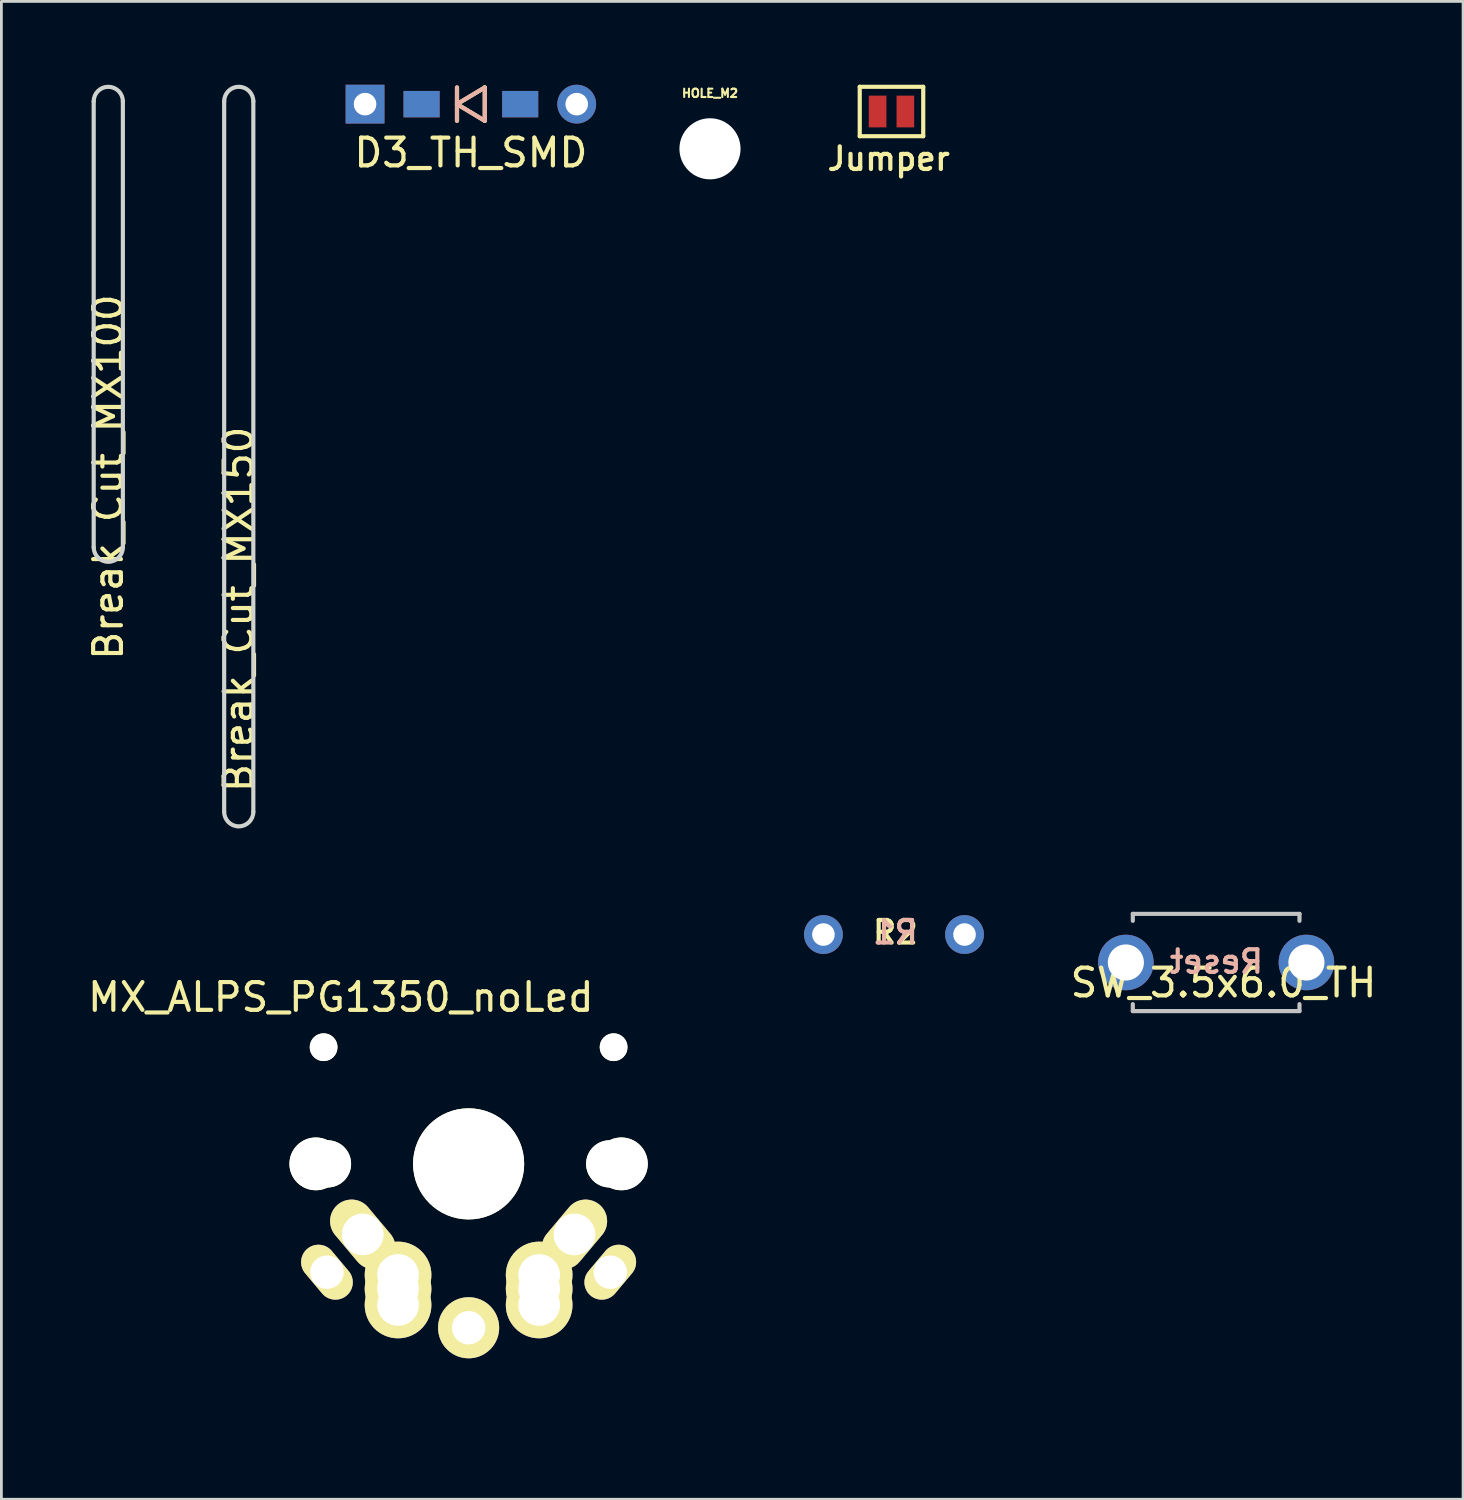
<source format=kicad_pcb>
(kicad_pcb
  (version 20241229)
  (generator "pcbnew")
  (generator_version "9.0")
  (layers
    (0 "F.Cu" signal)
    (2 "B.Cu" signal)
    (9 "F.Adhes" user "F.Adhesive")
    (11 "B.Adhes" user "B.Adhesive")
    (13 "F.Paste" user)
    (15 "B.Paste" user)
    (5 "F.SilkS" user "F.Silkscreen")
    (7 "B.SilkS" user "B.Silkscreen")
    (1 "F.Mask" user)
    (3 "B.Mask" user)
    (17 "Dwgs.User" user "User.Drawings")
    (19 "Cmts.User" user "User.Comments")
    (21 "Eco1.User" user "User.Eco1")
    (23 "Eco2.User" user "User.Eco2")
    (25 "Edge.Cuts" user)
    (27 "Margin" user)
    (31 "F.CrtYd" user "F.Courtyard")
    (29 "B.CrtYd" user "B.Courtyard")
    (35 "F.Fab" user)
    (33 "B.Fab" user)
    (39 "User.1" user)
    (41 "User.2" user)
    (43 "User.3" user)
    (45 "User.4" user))
  (footprint "Break_Cut_MX100"
    (layer "F.Cu")
    (at 0.848 8.625)
    (property "Reference" "Break_Cut_MX100" (at 0 5.5 90) (layer "F.SilkS") (effects (font (size 1 1) (thickness 0.15))))
    (attr through_hole)
    (fp_line (start -0.525 -8.025) (end -0.525 8.025) (stroke (width 0.15) (type solid)) (layer "Edge.Cuts"))
    (fp_line (start 0.525 8.025) (end 0.525 -8.025) (stroke (width 0.15) (type solid)) (layer "Edge.Cuts"))
    (fp_arc (start -0.525 -8.025) (mid 0 -8.55) (end 0.525 -8.025) (stroke (width 0.15) (type solid)) (layer "Edge.Cuts"))
    (fp_arc (start 0.525 8.025) (mid 0 8.55) (end -0.525 8.025) (stroke (width 0.15) (type solid)) (layer "Edge.Cuts")))
  (footprint "R2"
    (layer "F.Cu")
    (at 29.134 30.594)
    (property "Reference" "R2" (at 0.05 -0.08 0) (layer "F.SilkS") (effects (font (size 0.813 0.813) (thickness 0.15))))
    (attr through_hole)
    (fp_text user "R1" (at 0.05 -0.08 0) (layer "B.SilkS") (effects (font (size 0.813 0.813) (thickness 0.15)) (justify mirror)))
    (pad "1" thru_hole circle (at -2.54 0) (size 1.397 1.397) (drill 0.813) (layers "*.Cu" "*.Mask"))
    (pad "2" thru_hole circle (at 2.54 0) (size 1.397 1.397) (drill 0.813) (layers "*.Cu" "*.Mask")))
  (footprint "Jumper"
    (layer "F.Cu")
    (at 29.044 0.964)
    (property "Reference" "Jumper" (at -0.1 1.7 0) (layer "F.SilkS") (effects (font (size 0.813 0.813) (thickness 0.152))))
    (attr smd)
    (fp_line (start -1.143 -0.889) (end 1.143 -0.889) (stroke (width 0.15) (type solid)) (layer "F.SilkS"))
    (fp_line (start -1.143 0.889) (end -1.143 -0.889) (stroke (width 0.15) (type solid)) (layer "F.SilkS"))
    (fp_line (start 1.143 -0.889) (end 1.143 0.889) (stroke (width 0.15) (type solid)) (layer "F.SilkS"))
    (fp_line (start 1.143 0.889) (end -1.143 0.889) (stroke (width 0.15) (type solid)) (layer "F.SilkS"))
    (pad "1" smd rect (at -0.5 0) (size 0.635 1.143) (layers "F.Cu" "F.Mask" "F.Paste"))
    (pad "2" smd rect (at 0.5 0) (size 0.635 1.143) (layers "F.Cu" "F.Mask" "F.Paste")))
  (footprint "MX_ALPS_PG1350_noLed"
    (layer "F.Cu")
    (at 13.82 38.851)
    (property "Reference" "MX_ALPS_PG1350_noLed" (at -4.6 -6.001 180) (layer "F.SilkS") (effects (font (size 1 1) (thickness 0.15))))
    (attr through_hole)
    (fp_line (start -9 -9.001) (end 9 -9.001) (stroke (width 0.15) (type solid)) (layer "Eco2.User"))
    (fp_line (start -9 8.999) (end -9 -9.001) (stroke (width 0.15) (type solid)) (layer "Eco2.User"))
    (fp_line (start -7 -7.001) (end 7 -7.001) (stroke (width 0.15) (type solid)) (layer "Eco2.User"))
    (fp_line (start -7 6.999) (end -7 -7.001) (stroke (width 0.15) (type solid)) (layer "Eco2.User"))
    (fp_line (start 7 -7.001) (end 7 6.999) (stroke (width 0.15) (type solid)) (layer "Eco2.User"))
    (fp_line (start 7 6.999) (end -7 6.999) (stroke (width 0.15) (type solid)) (layer "Eco2.User"))
    (fp_line (start 9 -9.001) (end 9 8.999) (stroke (width 0.15) (type solid)) (layer "Eco2.User"))
    (fp_line (start 9 8.999) (end -9 8.999) (stroke (width 0.15) (type solid)) (layer "Eco2.User"))
    (pad "" np_thru_hole circle (at -5.5 -0.001 270) (size 1.9 1.9) (drill 1.9) (layers "*.Cu" "*.Mask" "F.SilkS"))
    (pad "" np_thru_hole circle (at -5.22 -4.201 180) (size 1 1) (drill 1) (layers "*.Cu" "*.Mask" "F.SilkS"))
    (pad "" np_thru_hole circle (at -5.08 -0.001 180) (size 1.7 1.7) (drill 1.7) (layers "*.Cu" "*.Mask" "F.SilkS"))
    (pad "" np_thru_hole circle (at 0.000468 -0.001 270) (size 4 4) (drill 4) (layers "*.Cu" "*.Mask" "F.SilkS"))
    (pad "" np_thru_hole circle (at 5.08 -0.001 180) (size 1.7 1.7) (drill 1.7) (layers "*.Cu" "*.Mask" "F.SilkS"))
    (pad "" np_thru_hole circle (at 5.22 -4.201 180) (size 1 1) (drill 1) (layers "*.Cu" "*.Mask" "F.SilkS"))
    (pad "" np_thru_hole circle (at 5.5 -0.001 270) (size 1.9 1.9) (drill 1.9) (layers "*.Cu" "*.Mask" "F.SilkS"))
    (pad "1" thru_hole oval (at -5.1 3.899 130) (size 2.2 1.25) (drill 1.2) (layers "*.Cu" "*.Mask" "F.SilkS"))
    (pad "1" thru_hole circle (at 2.54 3.999 180) (size 2.4 2.4) (drill 1.5) (layers "*.Cu" "*.Mask" "F.SilkS"))
    (pad "1" thru_hole circle (at 2.54 4.499 180) (size 2.4 2.4) (drill 1.5) (layers "*.Cu" "*.Mask" "F.SilkS"))
    (pad "1" thru_hole circle (at 2.54 5.079 180) (size 2.4 2.4) (drill 1.5) (layers "*.Cu" "*.Mask" "F.SilkS"))
    (pad "1" thru_hole oval (at 3.81 2.539 230) (size 2.8 1.55) (drill 1.5) (layers "*.Cu" "*.Mask" "F.SilkS"))
    (pad "1" thru_hole oval (at 5.1 3.899 230) (size 2.2 1.25) (drill 1.2) (layers "*.Cu" "*.Mask" "F.SilkS"))
    (pad "2" thru_hole oval (at -3.81 2.539 130) (size 2.8 1.55) (drill 1.5) (layers "*.Cu" "*.Mask" "F.SilkS"))
    (pad "2" thru_hole circle (at -2.54 3.999 180) (size 2.4 2.4) (drill 1.5) (layers "*.Cu" "*.Mask" "F.SilkS"))
    (pad "2" thru_hole circle (at -2.54 4.499 180) (size 2.4 2.4) (drill 1.5) (layers "*.Cu" "*.Mask" "F.SilkS"))
    (pad "2" thru_hole circle (at -2.54 5.079 180) (size 2.4 2.4) (drill 1.5) (layers "*.Cu" "*.Mask" "F.SilkS"))
    (pad "2" thru_hole circle (at 0.000468 5.899 270) (size 2.2 2.2) (drill 1.2) (layers "*.Cu" "*.Mask" "F.SilkS")))
  (footprint "D3_TH_SMD"
    (layer "F.Cu")
    (at 13.902 0.699)
    (property "Reference" "D3_TH_SMD" (at 0 1.75 0) (layer "F.SilkS") (effects (font (size 1 1) (thickness 0.15))))
    (attr through_hole)
    (fp_line (start -0.5 -0.6) (end -0.5 0.6) (stroke (width 0.15) (type solid)) (layer "F.SilkS"))
    (fp_line (start -0.5 0) (end 0.5 -0.6) (stroke (width 0.15) (type solid)) (layer "F.SilkS"))
    (fp_line (start 0.5 -0.6) (end 0.5 0.6) (stroke (width 0.15) (type solid)) (layer "F.SilkS"))
    (fp_line (start 0.5 0.6) (end -0.5 0) (stroke (width 0.15) (type solid)) (layer "F.SilkS"))
    (fp_line (start -0.5 -0.6) (end -0.5 0.6) (stroke (width 0.15) (type solid)) (layer "B.SilkS"))
    (fp_line (start -0.5 0) (end 0.5 -0.6) (stroke (width 0.15) (type solid)) (layer "B.SilkS"))
    (fp_line (start 0.5 -0.6) (end 0.5 0.6) (stroke (width 0.15) (type solid)) (layer "B.SilkS"))
    (fp_line (start 0.5 0.6) (end -0.5 0) (stroke (width 0.15) (type solid)) (layer "B.SilkS"))
    (pad "1" thru_hole rect (at -3.81 0) (size 1.397 1.397) (drill 0.813) (layers "*.Cu" "*.Mask"))
    (pad "1" smd rect (at -1.775 0) (size 1.3 0.95) (layers "F.Cu" "F.Mask" "F.Paste"))
    (pad "1" smd rect (at -1.775 0) (size 1.3 0.95) (layers "B.Cu" "B.Mask" "B.Paste"))
    (pad "2" smd rect (at 1.775 0) (size 1.3 0.95) (layers "F.Cu" "F.Mask" "F.Paste"))
    (pad "2" smd rect (at 1.775 0) (size 1.3 0.95) (layers "B.Cu" "B.Mask" "B.Paste"))
    (pad "2" thru_hole circle (at 3.81 0) (size 1.397 1.397) (drill 0.813) (layers "*.Cu" "*.Mask")))
  (footprint "SW_3.5x6.0_TH"
    (layer "F.Cu")
    (at 40.732 31.6)
    (property "Reference" "SW_3.5x6.0_TH" (at 0.265 0.73 0) (layer "F.SilkS") (effects (font (size 1 1) (thickness 0.15))))
    (attr through_hole)
    (fp_line (start -3 -1.75) (end 3 -1.75) (stroke (width 0.15) (type solid)) (layer "Dwgs.User"))
    (fp_line (start -3 -1.5) (end -3 -1.75) (stroke (width 0.15) (type solid)) (layer "Dwgs.User"))
    (fp_line (start -3 1.75) (end -3 1.5) (stroke (width 0.15) (type solid)) (layer "Dwgs.User"))
    (fp_line (start 3 -1.75) (end 3 -1.5) (stroke (width 0.15) (type solid)) (layer "Dwgs.User"))
    (fp_line (start 3 1.5) (end 3 1.75) (stroke (width 0.15) (type solid)) (layer "Dwgs.User"))
    (fp_line (start 3 1.75) (end -3 1.75) (stroke (width 0.15) (type solid)) (layer "Dwgs.User"))
    (fp_text user "Reset" (at 0.011 -0.032 0) (layer "B.SilkS") (effects (font (size 0.813 0.813) (thickness 0.15)) (justify mirror)))
    (pad "1" thru_hole circle (at 3.25 0) (size 2 2) (drill 1.3) (layers "*.Cu" "*.Mask"))
    (pad "2" thru_hole circle (at -3.25 0) (size 2 2) (drill 1.3) (layers "*.Cu" "*.Mask")))
  (footprint "HOLE_M2"
    (layer "F.Cu")
    (at 22.51 2.307)
    (property "Reference" "HOLE_M2" (at 0 -2 0) (layer "F.SilkS") (effects (font (size 0.3 0.3) (thickness 0.075))))
    (attr through_hole)
    (pad "" np_thru_hole circle (at 0 0) (size 2.2 2.2) (drill 2.2) (layers "*.Cu" "*.Mask")))
  (footprint "Break_Cut_MX150"
    (layer "F.Cu")
    (at 5.545 13.387)
    (property "Reference" "Break_Cut_MX150" (at 0 5.5 90) (layer "F.SilkS") (effects (font (size 1 1) (thickness 0.15))))
    (attr through_hole)
    (fp_line (start -0.525 -12.787) (end -0.525 12.787) (stroke (width 0.15) (type solid)) (layer "Edge.Cuts"))
    (fp_line (start 0.525 12.787) (end 0.525 -12.787) (stroke (width 0.15) (type solid)) (layer "Edge.Cuts"))
    (fp_arc (start -0.525 -12.7875) (mid 0 -13.3125) (end 0.525 -12.7875) (stroke (width 0.15) (type solid)) (layer "Edge.Cuts"))
    (fp_arc (start 0.525 12.7875) (mid 0 13.3125) (end -0.525 12.7875) (stroke (width 0.15) (type solid)) (layer "Edge.Cuts")))
  (gr_rect
    (start -3 -3)
    (end 49.622 50.925)
    (stroke (width 0.1) (type default))
    (fill no)
    (layer "Edge.Cuts")))
</source>
